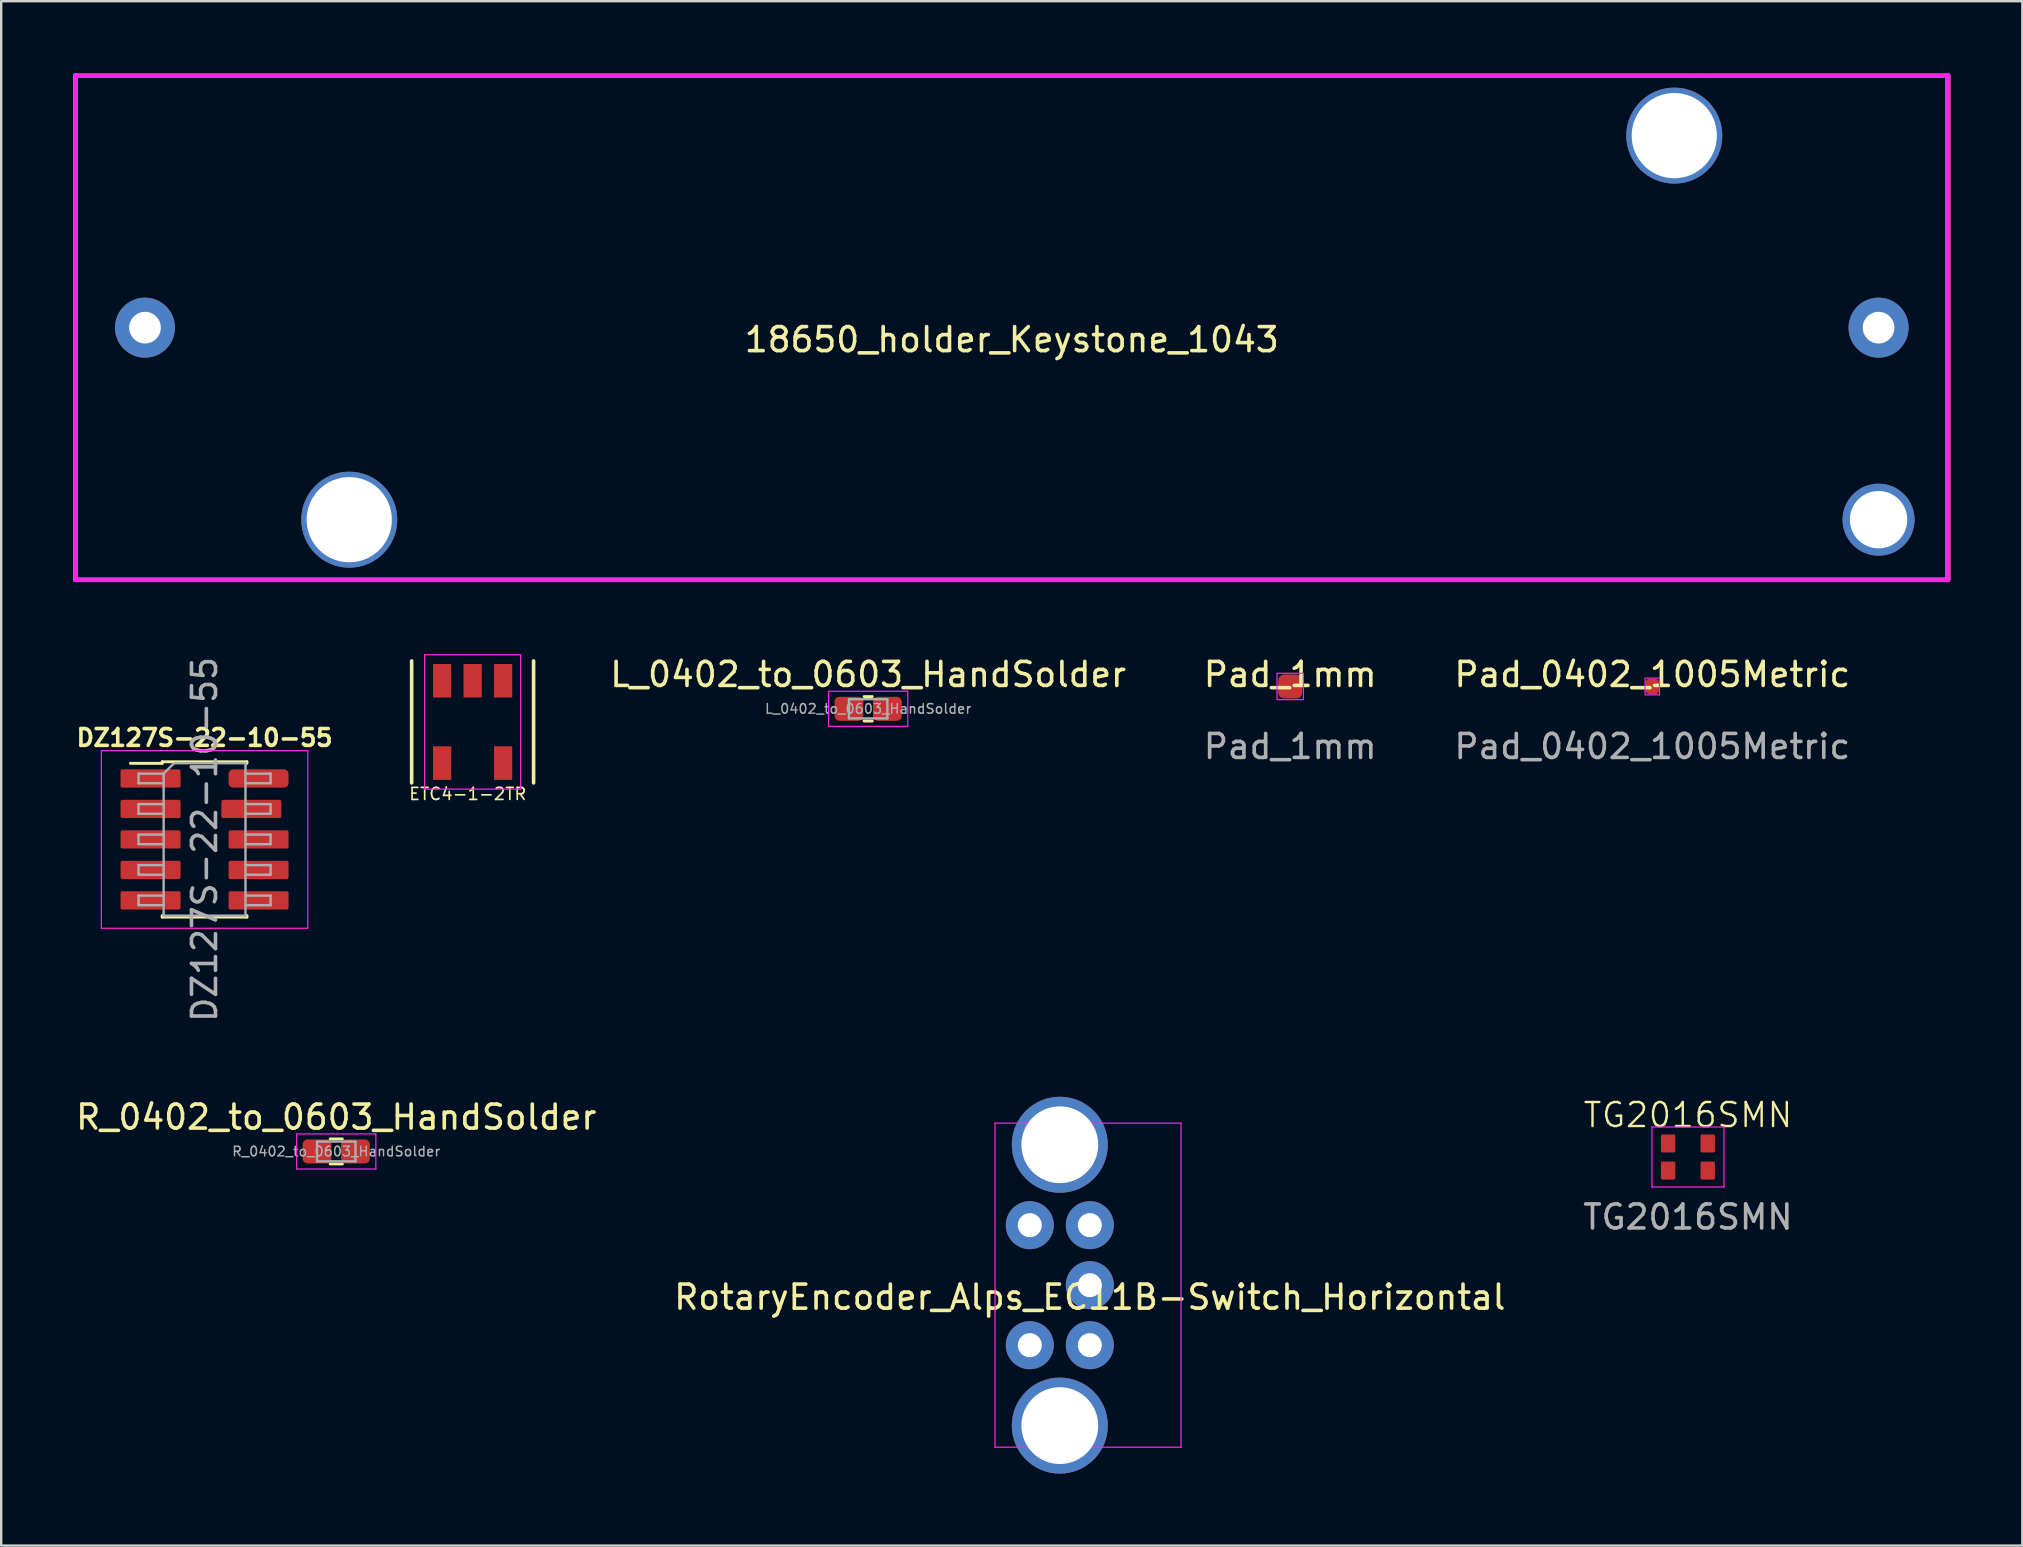
<source format=kicad_pcb>
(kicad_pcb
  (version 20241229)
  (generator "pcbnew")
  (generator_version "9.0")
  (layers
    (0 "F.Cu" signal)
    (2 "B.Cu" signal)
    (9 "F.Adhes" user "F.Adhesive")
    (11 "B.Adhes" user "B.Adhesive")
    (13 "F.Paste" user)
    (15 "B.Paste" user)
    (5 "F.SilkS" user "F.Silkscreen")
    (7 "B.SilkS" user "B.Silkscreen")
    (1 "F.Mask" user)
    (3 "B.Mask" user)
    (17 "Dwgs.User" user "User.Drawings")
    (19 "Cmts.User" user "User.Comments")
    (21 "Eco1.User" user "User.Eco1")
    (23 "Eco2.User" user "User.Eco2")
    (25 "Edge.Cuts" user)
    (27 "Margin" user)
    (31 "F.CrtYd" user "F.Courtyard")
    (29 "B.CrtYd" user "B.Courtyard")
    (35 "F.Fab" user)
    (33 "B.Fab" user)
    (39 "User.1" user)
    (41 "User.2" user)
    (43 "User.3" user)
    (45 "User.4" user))
  (footprint "RotaryEncoder_Alps_EC11B-Switch_Horizontal"
    (layer "F.Cu")
    (at 42.351 50.49)
    (property "Reference" "RotaryEncoder_Alps_EC11B-Switch_Horizontal" (at 0 0.5 0) (layer "F.SilkS") (effects (font (size 1 1) (thickness 0.15))))
    (attr through_hole)
    (fp_line (start -3.95 -6.75) (end 3.8 -6.75) (stroke (width 0.05) (type solid)) (layer "F.CrtYd"))
    (fp_line (start -3.95 6.75) (end -3.95 -6.75) (stroke (width 0.05) (type solid)) (layer "F.CrtYd"))
    (fp_line (start -3.95 6.75) (end 3.8 6.75) (stroke (width 0.05) (type solid)) (layer "F.CrtYd"))
    (fp_line (start 3.8 6.75) (end 3.8 -6.75) (stroke (width 0.05) (type solid)) (layer "F.CrtYd"))
    (pad "" thru_hole circle (at -1.25 -5.85) (size 4 4) (drill 3.2) (layers "*.Cu" "*.Mask"))
    (pad "" thru_hole circle (at -1.25 5.85) (size 4 4) (drill 3.2) (layers "*.Cu" "*.Mask"))
    (pad "A" thru_hole circle (at 0 2.5) (size 2 2) (drill 1) (layers "*.Cu" "*.Mask"))
    (pad "B" thru_hole circle (at 0 -2.5) (size 2 2) (drill 1) (layers "*.Cu" "*.Mask"))
    (pad "C" thru_hole circle (at 0 0) (size 2 2) (drill 1) (layers "*.Cu" "*.Mask"))
    (pad "S1" thru_hole circle (at -2.5 2.5) (size 2 2) (drill 1) (layers "*.Cu" "*.Mask"))
    (pad "S2" thru_hole circle (at -2.5 -2.5) (size 2 2) (drill 1) (layers "*.Cu" "*.Mask")))
  (footprint "ETC4-1-2TR"
    (layer "F.Cu")
    (at 16.639 27.025)
    (property "Reference" "ETC4-1-2TR" (at -0.2 3 180) (layer "F.SilkS") (effects (font (size 0.5 0.5) (thickness 0.07))))
    (attr through_hole)
    (fp_line (start -2.54 -2.54) (end -2.54 2.54) (stroke (width 0.15) (type solid)) (layer "F.SilkS"))
    (fp_line (start 2.54 -2.54) (end 2.54 2.54) (stroke (width 0.15) (type solid)) (layer "F.SilkS"))
    (fp_line (start -2 -2.8) (end 2 -2.8) (stroke (width 0.05) (type solid)) (layer "F.CrtYd"))
    (fp_line (start -2 2.8) (end -2 -2.8) (stroke (width 0.05) (type solid)) (layer "F.CrtYd"))
    (fp_line (start 2 -2.8) (end 2 2.8) (stroke (width 0.05) (type solid)) (layer "F.CrtYd"))
    (fp_line (start 2 2.8) (end -2 2.8) (stroke (width 0.05) (type solid)) (layer "F.CrtYd"))
    (pad "1" smd rect (at -1.27 -1.715) (size 0.76 1.4) (layers "F.Cu" "F.Mask" "F.Paste"))
    (pad "2" smd rect (at 0 -1.715) (size 0.76 1.4) (layers "F.Cu" "F.Mask" "F.Paste"))
    (pad "3" smd rect (at 1.27 -1.715) (size 0.76 1.4) (layers "F.Cu" "F.Mask" "F.Paste"))
    (pad "4" smd rect (at 1.27 1.715) (size 0.76 1.4) (layers "F.Cu" "F.Mask" "F.Paste"))
    (pad "5" smd rect (at -1.27 1.715) (size 0.76 1.4) (layers "F.Cu" "F.Mask" "F.Paste")))
  (footprint "R_0402_to_0603_HandSolder"
    (layer "F.Cu")
    (at 10.958 44.919)
    (property "Reference" "R_0402_to_0603_HandSolder" (at 0 -1.43 0) (layer "F.SilkS") (effects (font (size 1 1) (thickness 0.15))))
    (attr smd)
    (fp_line (start -0.255 -0.522) (end 0.255 -0.522) (stroke (width 0.12) (type solid)) (layer "F.SilkS"))
    (fp_line (start -0.255 0.522) (end 0.255 0.522) (stroke (width 0.12) (type solid)) (layer "F.SilkS"))
    (fp_line (start -1.65 -0.73) (end 1.65 -0.73) (stroke (width 0.05) (type solid)) (layer "F.CrtYd"))
    (fp_line (start -1.65 0.73) (end -1.65 -0.73) (stroke (width 0.05) (type solid)) (layer "F.CrtYd"))
    (fp_line (start 1.65 -0.73) (end 1.65 0.73) (stroke (width 0.05) (type solid)) (layer "F.CrtYd"))
    (fp_line (start 1.65 0.73) (end -1.65 0.73) (stroke (width 0.05) (type solid)) (layer "F.CrtYd"))
    (fp_line (start -0.8 -0.412) (end 0.8 -0.412) (stroke (width 0.1) (type solid)) (layer "F.Fab"))
    (fp_line (start -0.8 0.412) (end -0.8 -0.412) (stroke (width 0.1) (type solid)) (layer "F.Fab"))
    (fp_line (start 0.8 -0.412) (end 0.8 0.412) (stroke (width 0.1) (type solid)) (layer "F.Fab"))
    (fp_line (start 0.8 0.412) (end -0.8 0.412) (stroke (width 0.1) (type solid)) (layer "F.Fab"))
    (fp_text user "${REFERENCE}" (at 0 0 0) (layer "F.Fab") (effects (font (size 0.4 0.4) (thickness 0.06))))
    (pad "1" smd roundrect (at -0.8 0) (size 1.2 1) (layers "F.Cu" "F.Mask" "F.Paste") (roundrect_rratio 0.2))
    (pad "2" smd roundrect (at 0.8 0) (size 1.2 1) (layers "F.Cu" "F.Mask" "F.Paste") (roundrect_rratio 0.2)))
  (footprint "DZ127S-22-10-55"
    (layer "F.Cu")
    (at 5.472 31.92)
    (property "Reference" "DZ127S-22-10-55" (at 0 -4.235 0) (unlocked yes) (layer "F.SilkS") (effects (font (size 0.7 0.7) (thickness 0.15))))
    (attr smd)
    (fp_line (start -3.09 -3.17) (end -1.765 -3.17) (stroke (width 0.12) (type solid)) (layer "F.SilkS"))
    (fp_line (start -1.765 -3.235) (end -1.765 -3.17) (stroke (width 0.12) (type solid)) (layer "F.SilkS"))
    (fp_line (start -1.765 -3.235) (end 1.765 -3.235) (stroke (width 0.12) (type solid)) (layer "F.SilkS"))
    (fp_line (start -1.765 3.17) (end -1.765 3.235) (stroke (width 0.12) (type solid)) (layer "F.SilkS"))
    (fp_line (start -1.765 3.235) (end 1.765 3.235) (stroke (width 0.12) (type solid)) (layer "F.SilkS"))
    (fp_line (start 1.765 -3.235) (end 1.765 -3.17) (stroke (width 0.12) (type solid)) (layer "F.SilkS"))
    (fp_line (start 1.765 3.17) (end 1.765 3.235) (stroke (width 0.12) (type solid)) (layer "F.SilkS"))
    (fp_line (start -4.3 -3.7) (end -4.3 3.7) (stroke (width 0.05) (type solid)) (layer "F.CrtYd"))
    (fp_line (start -4.3 3.7) (end 4.3 3.7) (stroke (width 0.05) (type solid)) (layer "F.CrtYd"))
    (fp_line (start 4.3 -3.7) (end -4.3 -3.7) (stroke (width 0.05) (type solid)) (layer "F.CrtYd"))
    (fp_line (start 4.3 3.7) (end 4.3 -3.7) (stroke (width 0.05) (type solid)) (layer "F.CrtYd"))
    (fp_line (start -2.75 -2.74) (end -2.75 -2.34) (stroke (width 0.1) (type solid)) (layer "F.Fab"))
    (fp_line (start -2.75 -2.34) (end -1.705 -2.34) (stroke (width 0.1) (type solid)) (layer "F.Fab"))
    (fp_line (start -2.75 -1.47) (end -2.75 -1.07) (stroke (width 0.1) (type solid)) (layer "F.Fab"))
    (fp_line (start -2.75 -1.07) (end -1.705 -1.07) (stroke (width 0.1) (type solid)) (layer "F.Fab"))
    (fp_line (start -2.75 -0.2) (end -2.75 0.2) (stroke (width 0.1) (type solid)) (layer "F.Fab"))
    (fp_line (start -2.75 0.2) (end -1.705 0.2) (stroke (width 0.1) (type solid)) (layer "F.Fab"))
    (fp_line (start -2.75 1.07) (end -2.75 1.47) (stroke (width 0.1) (type solid)) (layer "F.Fab"))
    (fp_line (start -2.75 1.47) (end -1.705 1.47) (stroke (width 0.1) (type solid)) (layer "F.Fab"))
    (fp_line (start -2.75 2.34) (end -2.75 2.74) (stroke (width 0.1) (type solid)) (layer "F.Fab"))
    (fp_line (start -2.75 2.74) (end -1.705 2.74) (stroke (width 0.1) (type solid)) (layer "F.Fab"))
    (fp_line (start -1.705 -2.74) (end -2.75 -2.74) (stroke (width 0.1) (type solid)) (layer "F.Fab"))
    (fp_line (start -1.705 -2.74) (end -1.27 -3.175) (stroke (width 0.1) (type solid)) (layer "F.Fab"))
    (fp_line (start -1.705 -1.47) (end -2.75 -1.47) (stroke (width 0.1) (type solid)) (layer "F.Fab"))
    (fp_line (start -1.705 -0.2) (end -2.75 -0.2) (stroke (width 0.1) (type solid)) (layer "F.Fab"))
    (fp_line (start -1.705 1.07) (end -2.75 1.07) (stroke (width 0.1) (type solid)) (layer "F.Fab"))
    (fp_line (start -1.705 2.34) (end -2.75 2.34) (stroke (width 0.1) (type solid)) (layer "F.Fab"))
    (fp_line (start -1.705 3.175) (end -1.705 -2.74) (stroke (width 0.1) (type solid)) (layer "F.Fab"))
    (fp_line (start -1.27 -3.175) (end 1.705 -3.175) (stroke (width 0.1) (type solid)) (layer "F.Fab"))
    (fp_line (start 1.705 -3.175) (end 1.705 3.175) (stroke (width 0.1) (type solid)) (layer "F.Fab"))
    (fp_line (start 1.705 -2.74) (end 2.75 -2.74) (stroke (width 0.1) (type solid)) (layer "F.Fab"))
    (fp_line (start 1.705 -1.47) (end 2.75 -1.47) (stroke (width 0.1) (type solid)) (layer "F.Fab"))
    (fp_line (start 1.705 -0.2) (end 2.75 -0.2) (stroke (width 0.1) (type solid)) (layer "F.Fab"))
    (fp_line (start 1.705 1.07) (end 2.75 1.07) (stroke (width 0.1) (type solid)) (layer "F.Fab"))
    (fp_line (start 1.705 2.34) (end 2.75 2.34) (stroke (width 0.1) (type solid)) (layer "F.Fab"))
    (fp_line (start 1.705 3.175) (end -1.705 3.175) (stroke (width 0.1) (type solid)) (layer "F.Fab"))
    (fp_line (start 2.75 -2.74) (end 2.75 -2.34) (stroke (width 0.1) (type solid)) (layer "F.Fab"))
    (fp_line (start 2.75 -2.34) (end 1.705 -2.34) (stroke (width 0.1) (type solid)) (layer "F.Fab"))
    (fp_line (start 2.75 -1.47) (end 2.75 -1.07) (stroke (width 0.1) (type solid)) (layer "F.Fab"))
    (fp_line (start 2.75 -1.07) (end 1.705 -1.07) (stroke (width 0.1) (type solid)) (layer "F.Fab"))
    (fp_line (start 2.75 -0.2) (end 2.75 0.2) (stroke (width 0.1) (type solid)) (layer "F.Fab"))
    (fp_line (start 2.75 0.2) (end 1.705 0.2) (stroke (width 0.1) (type solid)) (layer "F.Fab"))
    (fp_line (start 2.75 1.07) (end 2.75 1.47) (stroke (width 0.1) (type solid)) (layer "F.Fab"))
    (fp_line (start 2.75 1.47) (end 1.705 1.47) (stroke (width 0.1) (type solid)) (layer "F.Fab"))
    (fp_line (start 2.75 2.34) (end 2.75 2.74) (stroke (width 0.1) (type solid)) (layer "F.Fab"))
    (fp_line (start 2.75 2.74) (end 1.705 2.74) (stroke (width 0.1) (type solid)) (layer "F.Fab"))
    (fp_text user "${REFERENCE}" (at 0 0 90) (layer "F.Fab") (effects (font (size 1 1) (thickness 0.15))))
    (pad "1" smd roundrect (at -2.25 -2.54) (size 2.5 0.76) (layers "F.Cu" "F.Mask" "F.Paste") (roundrect_rratio 0.1))
    (pad "2" smd roundrect (at 2.25 -2.54) (size 2.5 0.76) (layers "F.Cu" "F.Mask" "F.Paste") (roundrect_rratio 0.25))
    (pad "3" smd roundrect (at -2.25 -1.27) (size 2.5 0.76) (layers "F.Cu" "F.Mask" "F.Paste") (roundrect_rratio 0.1))
    (pad "4" smd roundrect (at 1.95 -1.27) (size 2.5 0.76) (layers "F.Cu" "F.Mask" "F.Paste") (roundrect_rratio 0.1))
    (pad "5" smd roundrect (at -2.25 0) (size 2.5 0.76) (layers "F.Cu" "F.Mask" "F.Paste") (roundrect_rratio 0.1))
    (pad "6" smd roundrect (at 2.25 0) (size 2.5 0.76) (layers "F.Cu" "F.Mask" "F.Paste") (roundrect_rratio 0.1))
    (pad "7" smd roundrect (at -2.25 1.27) (size 2.5 0.76) (layers "F.Cu" "F.Mask" "F.Paste") (roundrect_rratio 0.1))
    (pad "8" smd roundrect (at 2.25 1.27) (size 2.5 0.76) (layers "F.Cu" "F.Mask" "F.Paste") (roundrect_rratio 0.1))
    (pad "9" smd roundrect (at -2.25 2.54) (size 2.5 0.76) (layers "F.Cu" "F.Mask" "F.Paste") (roundrect_rratio 0.1))
    (pad "10" smd roundrect (at 2.25 2.54) (size 2.5 0.76) (layers "F.Cu" "F.Mask" "F.Paste") (roundrect_rratio 0.1)))
  (footprint "Pad_1mm"
    (layer "F.Cu")
    (at 50.7 25.548)
    (property "Reference" "Pad_1mm" (at 0 -0.5 0) (unlocked yes) (layer "F.SilkS") (effects (font (size 1 1) (thickness 0.15))))
    (attr smd)
    (fp_rect (start -0.55 -0.55) (end 0.55 0.55) (stroke (width 0.05) (type default)) (fill no) (layer "F.CrtYd"))
    (fp_text user "${REFERENCE}" (at 0 2.5 0) (unlocked yes) (layer "F.Fab") (effects (font (size 1 1) (thickness 0.15))))
    (pad "1" smd roundrect (at 0 0) (size 1 1) (layers "F.Cu" "F.Mask") (roundrect_rratio 0.25)))
  (footprint "TG2016SMN"
    (layer "F.Cu")
    (at 67.268 45.151)
    (property "Reference" "TG2016SMN" (at 0 -1.75 0) (unlocked yes) (layer "F.SilkS") (effects (font (size 1 1) (thickness 0.1))))
    (attr smd)
    (fp_line (start -1.5 -1.25) (end -1.5 1.25) (stroke (width 0.05) (type default)) (layer "F.CrtYd"))
    (fp_line (start -1.5 1.25) (end 1.5 1.25) (stroke (width 0.05) (type default)) (layer "F.CrtYd"))
    (fp_line (start 1.5 -1.25) (end -1.5 -1.25) (stroke (width 0.05) (type default)) (layer "F.CrtYd"))
    (fp_line (start 1.5 1.25) (end 1.5 -1.25) (stroke (width 0.05) (type default)) (layer "F.CrtYd"))
    (fp_text user "${REFERENCE}" (at 0 2.5 0) (unlocked yes) (layer "F.Fab") (effects (font (size 1 1) (thickness 0.15))))
    (pad "1" smd roundrect (at -0.825 0.565) (size 0.6 0.75) (layers "F.Cu" "F.Mask" "F.Paste") (roundrect_rratio 0.1))
    (pad "2" smd roundrect (at 0.825 0.565) (size 0.6 0.75) (layers "F.Cu" "F.Mask" "F.Paste") (roundrect_rratio 0.1))
    (pad "3" smd roundrect (at 0.825 -0.565) (size 0.6 0.75) (layers "F.Cu" "F.Mask" "F.Paste") (roundrect_rratio 0.1))
    (pad "4" smd roundrect (at -0.825 -0.565) (size 0.6 0.75) (layers "F.Cu" "F.Mask" "F.Paste") (roundrect_rratio 0.1)))
  (footprint "Pad_0402_1005Metric"
    (layer "F.Cu")
    (at 65.784 25.548)
    (property "Reference" "Pad_0402_1005Metric" (at 0 -0.5 0) (unlocked yes) (layer "F.SilkS") (effects (font (size 1 1) (thickness 0.15))))
    (attr smd)
    (fp_rect (start -0.3 -0.35) (end 0.3 0.35) (stroke (width 0.05) (type default)) (fill no) (layer "F.CrtYd"))
    (fp_text user "${REFERENCE}" (at 0 2.5 0) (unlocked yes) (layer "F.Fab") (effects (font (size 1 1) (thickness 0.15))))
    (pad "1" smd roundrect (at 0 0) (size 0.54 0.64) (layers "F.Cu" "F.Mask" "F.Paste") (roundrect_rratio 0.25)))
  (footprint "18650_holder_Keystone_1043"
    (layer "F.Cu")
    (at 39.1 10.6)
    (property "Reference" "18650_holder_Keystone_1043" (at 0 0.5 0) (layer "F.SilkS") (effects (font (size 1 1) (thickness 0.15))))
    (attr through_hole)
    (fp_line (start -39 -10.5) (end -39 10.5) (stroke (width 0.2) (type solid)) (layer "F.SilkS"))
    (fp_line (start 39 -10.5) (end 39 10.5) (stroke (width 0.2) (type solid)) (layer "F.SilkS"))
    (fp_line (start -39 -10.5) (end 39 -10.5) (stroke (width 0.2) (type solid)) (layer "F.CrtYd"))
    (fp_line (start -39 10.5) (end -39 -10.5) (stroke (width 0.2) (type solid)) (layer "F.CrtYd"))
    (fp_line (start 39 -10.5) (end 39 10.5) (stroke (width 0.2) (type solid)) (layer "F.CrtYd"))
    (fp_line (start 39 10.5) (end -39 10.5) (stroke (width 0.2) (type solid)) (layer "F.CrtYd"))
    (pad "" np_thru_hole circle (at -27.6 8) (size 4 4) (drill 3.55) (layers "*.Cu" "*.Mask"))
    (pad "" np_thru_hole circle (at 27.6 -8) (size 4 4) (drill 3.55) (layers "*.Cu" "*.Mask"))
    (pad "" np_thru_hole circle (at 36.11 8) (size 3 3) (drill 2.39) (layers "*.Cu" "*.Mask"))
    (pad "1" thru_hole circle (at 36.11 0) (size 2.5 2.5) (drill 1.32) (layers "*.Cu" "*.Mask"))
    (pad "2" thru_hole circle (at -36.11 0) (size 2.5 2.5) (drill 1.32) (layers "*.Cu" "*.Mask")))
  (footprint "L_0402_to_0603_HandSolder"
    (layer "F.Cu")
    (at 33.117 26.478)
    (property "Reference" "L_0402_to_0603_HandSolder" (at 0 -1.43 0) (layer "F.SilkS") (effects (font (size 1 1) (thickness 0.15))))
    (attr smd)
    (fp_line (start -0.171 -0.51) (end 0.171 -0.51) (stroke (width 0.12) (type solid)) (layer "F.SilkS"))
    (fp_line (start -0.171 0.51) (end 0.171 0.51) (stroke (width 0.12) (type solid)) (layer "F.SilkS"))
    (fp_line (start -1.65 -0.73) (end 1.65 -0.73) (stroke (width 0.05) (type solid)) (layer "F.CrtYd"))
    (fp_line (start -1.65 0.73) (end -1.65 -0.73) (stroke (width 0.05) (type solid)) (layer "F.CrtYd"))
    (fp_line (start 1.65 -0.73) (end 1.65 0.73) (stroke (width 0.05) (type solid)) (layer "F.CrtYd"))
    (fp_line (start 1.65 0.73) (end -1.65 0.73) (stroke (width 0.05) (type solid)) (layer "F.CrtYd"))
    (fp_line (start -0.8 -0.4) (end 0.8 -0.4) (stroke (width 0.1) (type solid)) (layer "F.Fab"))
    (fp_line (start -0.8 0.4) (end -0.8 -0.4) (stroke (width 0.1) (type solid)) (layer "F.Fab"))
    (fp_line (start 0.8 -0.4) (end 0.8 0.4) (stroke (width 0.1) (type solid)) (layer "F.Fab"))
    (fp_line (start 0.8 0.4) (end -0.8 0.4) (stroke (width 0.1) (type solid)) (layer "F.Fab"))
    (fp_text user "${REFERENCE}" (at 0 0 0) (layer "F.Fab") (effects (font (size 0.4 0.4) (thickness 0.06))))
    (pad "1" smd roundrect (at -0.8 0) (size 1.2 1) (layers "F.Cu" "F.Mask" "F.Paste") (roundrect_rratio 0.2))
    (pad "2" smd roundrect (at 0.8 0) (size 1.2 1) (layers "F.Cu" "F.Mask" "F.Paste") (roundrect_rratio 0.2)))
  (gr_rect
    (start -3 -3)
    (end 81.2 61.34)
    (stroke (width 0.1) (type default))
    (fill no)
    (layer "Edge.Cuts")))
</source>
